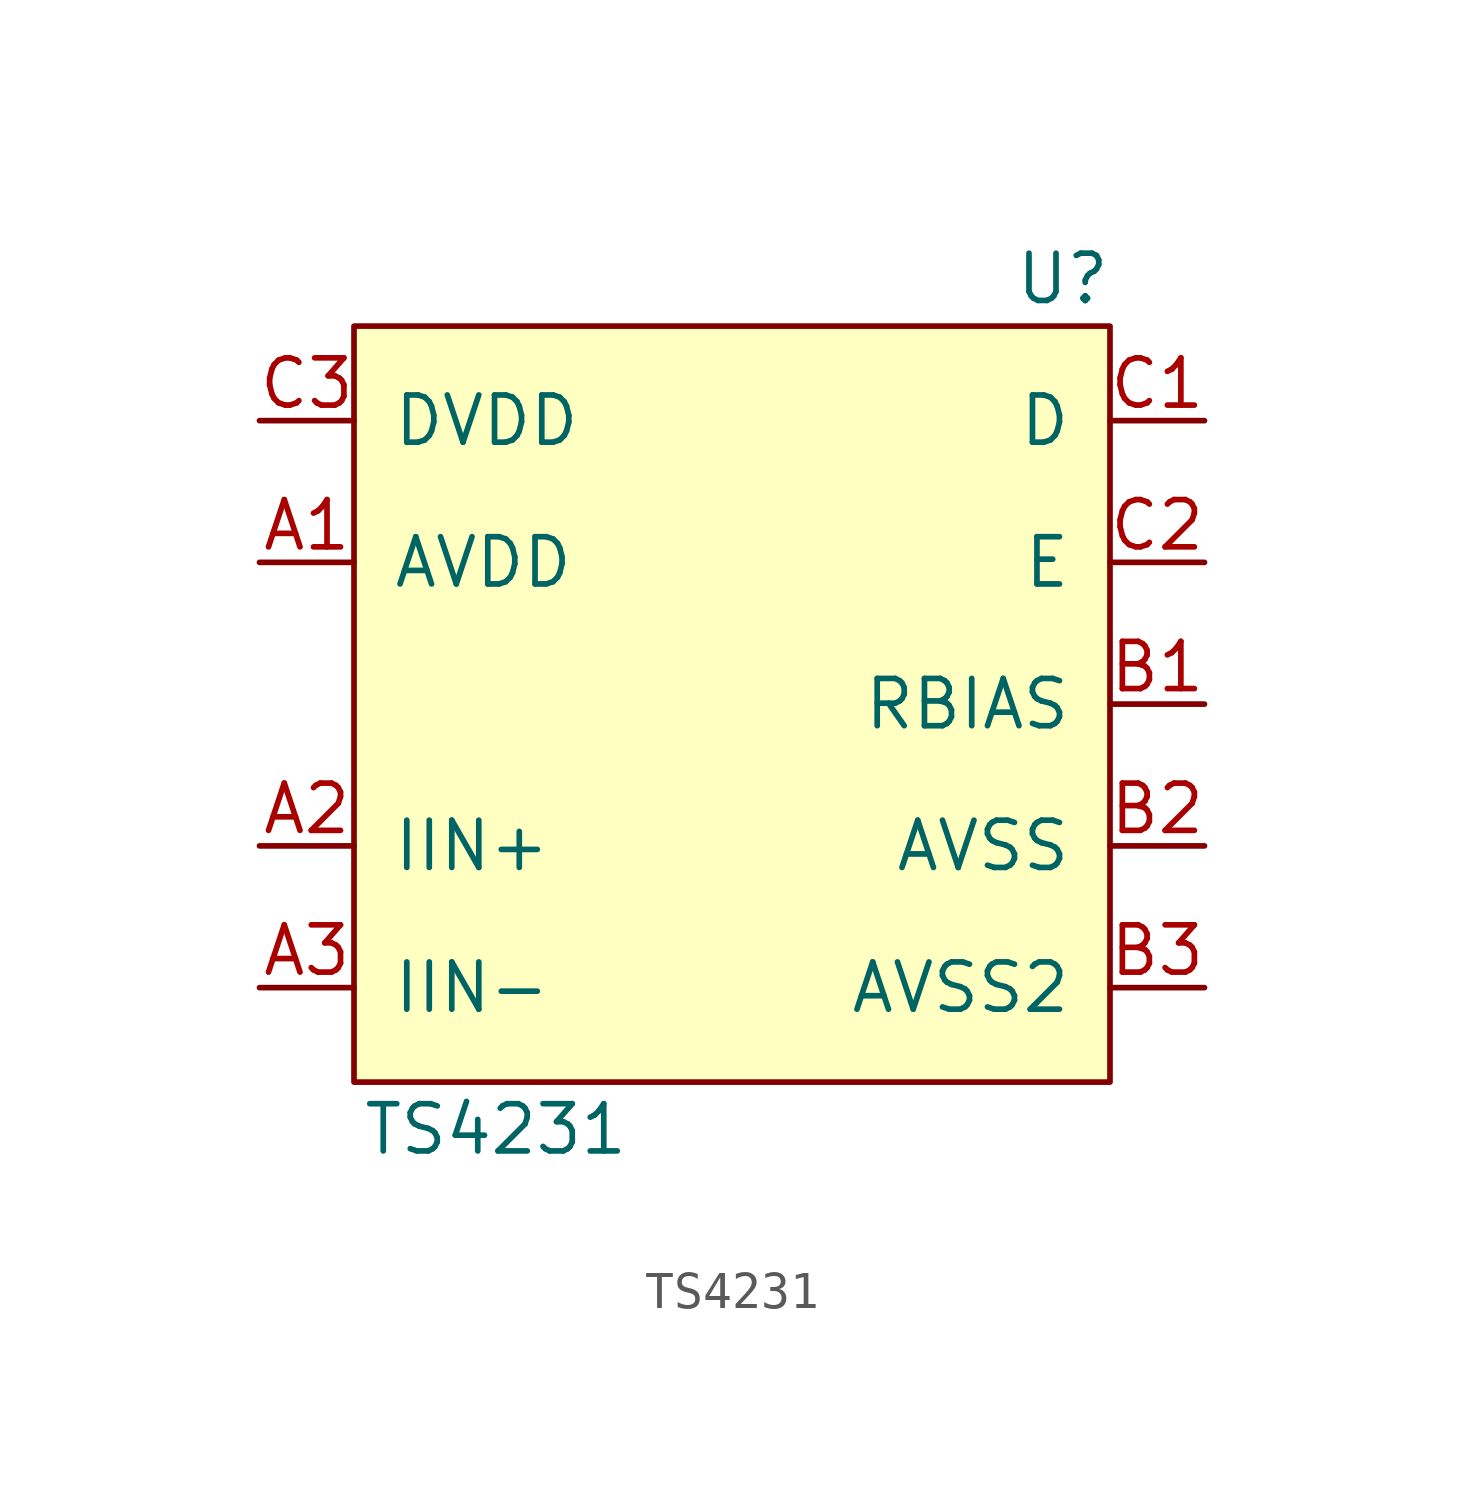
<source format=kicad_sym>
(kicad_symbol_lib
  (version 20220914)
  (generator kicad_symbol_editor)
  (symbol "TS4231"
    (pin_names
      (offset 1.016))
    (property "Reference" "U"
      (at 2.54 -1.27 0)
      (effects (font (size 1.27 1.27))))
    (property "Value" "TS4231"
      (at -12.7 -24.13 0)
      (effects (font (size 1.27 1.27))))
    (symbol "TS4231_0_1"
      (rectangle (start 3.81 -2.54) (end -16.51 -22.86) (stroke (width 0) (type default)) (fill (type background))))
    (symbol "TS4231_1_1"
      (pin power_in line (at -19.05 -8.89 0) (length 2.54) (name "AVDD" (effects (font (size 1.27 1.27)))) (number "A1" (effects (font (size 1.27 1.27)))))
      (pin input line (at -19.05 -16.51 0) (length 2.54) (name "IIN+" (effects (font (size 1.27 1.27)))) (number "A2" (effects (font (size 1.27 1.27)))))
      (pin input line (at -19.05 -20.32 0) (length 2.54) (name "IIN-" (effects (font (size 1.27 1.27)))) (number "A3" (effects (font (size 1.27 1.27)))))
      (pin passive line (at 6.35 -12.7 180) (length 2.54) (name "RBIAS" (effects (font (size 1.27 1.27)))) (number "B1" (effects (font (size 1.27 1.27)))))
      (pin power_in line (at 6.35 -16.51 180) (length 2.54) (name "AVSS" (effects (font (size 1.27 1.27)))) (number "B2" (effects (font (size 1.27 1.27)))))
      (pin power_in line (at 6.35 -20.32 180) (length 2.54) (name "AVSS2" (effects (font (size 1.27 1.27)))) (number "B3" (effects (font (size 1.27 1.27)))))
      (pin bidirectional line (at 6.35 -5.08 180) (length 2.54) (name "D" (effects (font (size 1.27 1.27)))) (number "C1" (effects (font (size 1.27 1.27)))))
      (pin bidirectional line (at 6.35 -8.89 180) (length 2.54) (name "E" (effects (font (size 1.27 1.27)))) (number "C2" (effects (font (size 1.27 1.27)))))
      (pin power_in line (at -19.05 -5.08 0) (length 2.54) (name "DVDD" (effects (font (size 1.27 1.27)))) (number "C3" (effects (font (size 1.27 1.27))))))))
</source>
